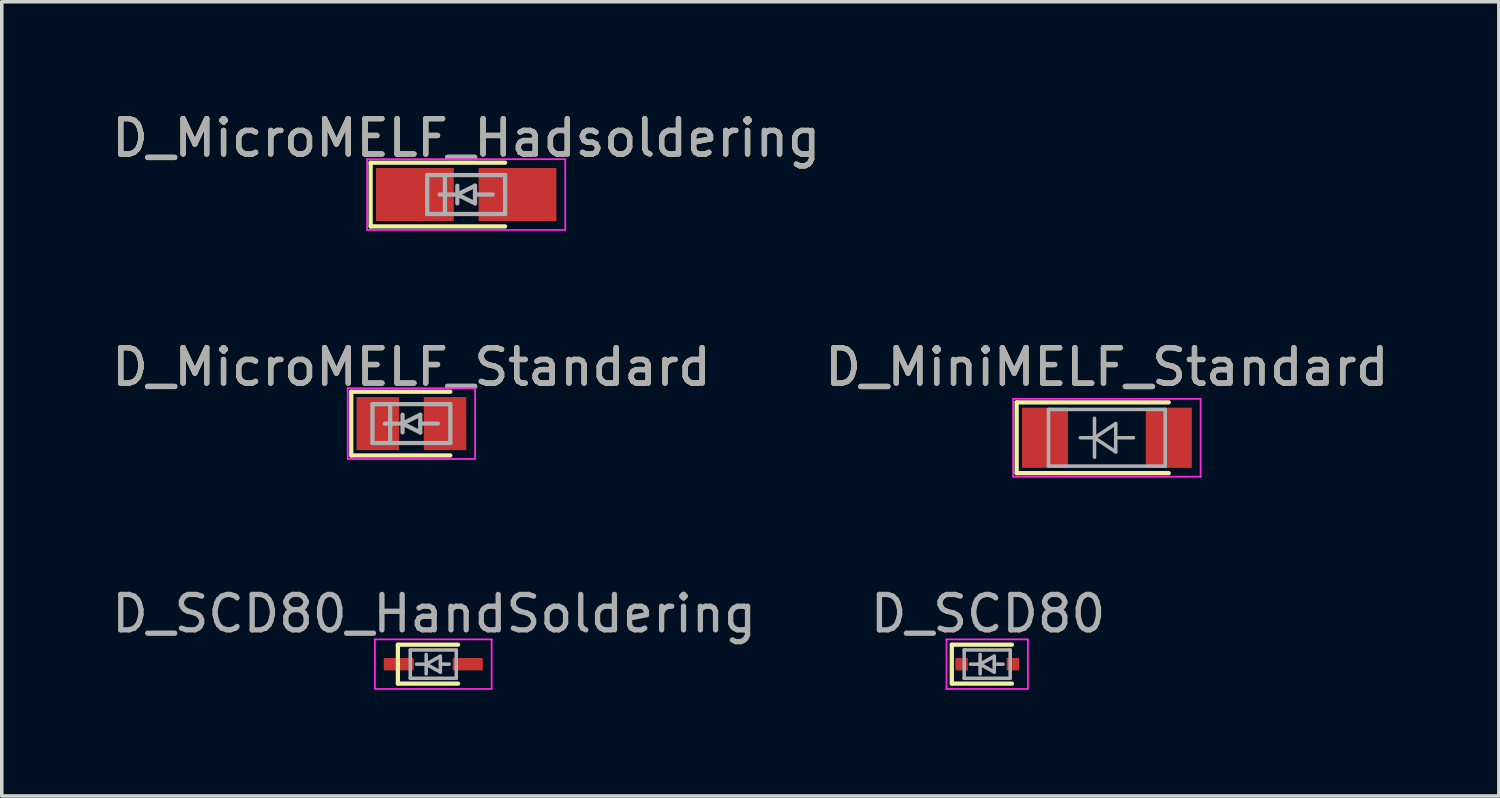
<source format=kicad_pcb>
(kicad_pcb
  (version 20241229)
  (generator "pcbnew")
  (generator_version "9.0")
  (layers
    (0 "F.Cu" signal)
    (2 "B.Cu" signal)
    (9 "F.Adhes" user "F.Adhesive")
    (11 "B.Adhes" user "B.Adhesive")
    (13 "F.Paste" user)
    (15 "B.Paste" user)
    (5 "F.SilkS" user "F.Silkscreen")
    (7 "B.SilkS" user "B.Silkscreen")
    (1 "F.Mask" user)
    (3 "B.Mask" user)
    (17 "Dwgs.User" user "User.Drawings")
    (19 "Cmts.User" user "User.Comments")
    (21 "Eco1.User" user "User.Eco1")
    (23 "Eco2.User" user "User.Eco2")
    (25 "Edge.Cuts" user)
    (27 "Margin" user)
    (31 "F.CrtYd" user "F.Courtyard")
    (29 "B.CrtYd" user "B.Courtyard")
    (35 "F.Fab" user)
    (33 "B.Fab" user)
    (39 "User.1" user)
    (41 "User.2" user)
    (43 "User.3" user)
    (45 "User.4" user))
  (footprint "D_MicroMELF_Standard"
    (layer "F.Cu")
    (at 8.577 8.921)
    (property "Reference" "D_MicroMELF_Standard" (at 0 -1.6 0) (layer "F.SilkS") (effects (font (size 1 1) (thickness 0.15))))
    (attr smd)
    (fp_line (start -1.7 -0.9) (end -1.7 0.9) (stroke (width 0.12) (type solid)) (layer "F.SilkS"))
    (fp_line (start -1.7 0.9) (end 1.1 0.9) (stroke (width 0.12) (type solid)) (layer "F.SilkS"))
    (fp_line (start 1.1 -0.9) (end -1.7 -0.9) (stroke (width 0.12) (type solid)) (layer "F.SilkS"))
    (fp_line (start -1.8 -1) (end -1.8 1) (stroke (width 0.05) (type solid)) (layer "F.CrtYd"))
    (fp_line (start -1.8 -1) (end 1.8 -1) (stroke (width 0.05) (type solid)) (layer "F.CrtYd"))
    (fp_line (start 1.8 1) (end -1.8 1) (stroke (width 0.05) (type solid)) (layer "F.CrtYd"))
    (fp_line (start 1.8 1) (end 1.8 -1) (stroke (width 0.05) (type solid)) (layer "F.CrtYd"))
    (fp_line (start -1.1 -0.55) (end 1.1 -0.55) (stroke (width 0.12) (type solid)) (layer "F.Fab"))
    (fp_line (start -1.1 0.55) (end -1.1 -0.55) (stroke (width 0.12) (type solid)) (layer "F.Fab"))
    (fp_line (start -0.6 -0.55) (end -0.6 0.55) (stroke (width 0.12) (type solid)) (layer "F.Fab"))
    (fp_line (start -0.25 -0.25) (end -0.25 0.25) (stroke (width 0.12) (type solid)) (layer "F.Fab"))
    (fp_line (start -0.25 0) (end -0.75 0) (stroke (width 0.12) (type solid)) (layer "F.Fab"))
    (fp_line (start -0.25 0) (end 0.25 -0.25) (stroke (width 0.12) (type solid)) (layer "F.Fab"))
    (fp_line (start 0.25 -0.25) (end 0.25 0.25) (stroke (width 0.12) (type solid)) (layer "F.Fab"))
    (fp_line (start 0.25 0) (end 0.75 0) (stroke (width 0.12) (type solid)) (layer "F.Fab"))
    (fp_line (start 0.25 0.25) (end -0.25 0) (stroke (width 0.12) (type solid)) (layer "F.Fab"))
    (fp_line (start 1.1 -0.55) (end 1.1 0.55) (stroke (width 0.12) (type solid)) (layer "F.Fab"))
    (fp_line (start 1.1 0.55) (end -1.1 0.55) (stroke (width 0.12) (type solid)) (layer "F.Fab"))
    (fp_text user "${REFERENCE}" (at 0 -1.6 0) (layer "F.Fab") (effects (font (size 1 1) (thickness 0.15))))
    (pad "1" smd rect (at -0.95 0) (size 1.2 1.5) (layers "F.Cu" "F.Mask" "F.Paste"))
    (pad "2" smd rect (at 0.95 0) (size 1.2 1.5) (layers "F.Cu" "F.Mask" "F.Paste")))
  (footprint "D_MiniMELF_Standard"
    (layer "F.Cu")
    (at 28.232 9.322)
    (property "Reference" "D_MiniMELF_Standard" (at 0 -2 0) (layer "F.SilkS") (effects (font (size 1 1) (thickness 0.15))))
    (attr smd)
    (fp_line (start -2.55 -1) (end -2.55 1) (stroke (width 0.12) (type solid)) (layer "F.SilkS"))
    (fp_line (start -2.55 1) (end 1.75 1) (stroke (width 0.12) (type solid)) (layer "F.SilkS"))
    (fp_line (start 1.75 -1) (end -2.55 -1) (stroke (width 0.12) (type solid)) (layer "F.SilkS"))
    (fp_line (start -2.65 -1.1) (end 2.65 -1.1) (stroke (width 0.05) (type solid)) (layer "F.CrtYd"))
    (fp_line (start -2.65 1.1) (end -2.65 -1.1) (stroke (width 0.05) (type solid)) (layer "F.CrtYd"))
    (fp_line (start 2.65 -1.1) (end 2.65 1.1) (stroke (width 0.05) (type solid)) (layer "F.CrtYd"))
    (fp_line (start 2.65 1.1) (end -2.65 1.1) (stroke (width 0.05) (type solid)) (layer "F.CrtYd"))
    (fp_line (start -1.65 -0.8) (end 1.65 -0.8) (stroke (width 0.1) (type solid)) (layer "F.Fab"))
    (fp_line (start -1.65 0.8) (end -1.65 -0.8) (stroke (width 0.1) (type solid)) (layer "F.Fab"))
    (fp_line (start -0.75 0) (end -0.35 0) (stroke (width 0.1) (type solid)) (layer "F.Fab"))
    (fp_line (start -0.35 0) (end -0.35 -0.55) (stroke (width 0.1) (type solid)) (layer "F.Fab"))
    (fp_line (start -0.35 0) (end -0.35 0.55) (stroke (width 0.1) (type solid)) (layer "F.Fab"))
    (fp_line (start -0.35 0) (end 0.25 -0.4) (stroke (width 0.1) (type solid)) (layer "F.Fab"))
    (fp_line (start 0.25 -0.4) (end 0.25 0.4) (stroke (width 0.1) (type solid)) (layer "F.Fab"))
    (fp_line (start 0.25 0) (end 0.75 0) (stroke (width 0.1) (type solid)) (layer "F.Fab"))
    (fp_line (start 0.25 0.4) (end -0.35 0) (stroke (width 0.1) (type solid)) (layer "F.Fab"))
    (fp_line (start 1.65 -0.8) (end 1.65 0.8) (stroke (width 0.1) (type solid)) (layer "F.Fab"))
    (fp_line (start 1.65 0.8) (end -1.65 0.8) (stroke (width 0.1) (type solid)) (layer "F.Fab"))
    (fp_text user "${REFERENCE}" (at 0 -2 0) (layer "F.Fab") (effects (font (size 1 1) (thickness 0.15))))
    (pad "1" smd rect (at -1.75 0) (size 1.3 1.7) (layers "F.Cu" "F.Mask" "F.Paste"))
    (pad "2" smd rect (at 1.75 0) (size 1.3 1.7) (layers "F.Cu" "F.Mask" "F.Paste")))
  (footprint "D_SCD80_HandSoldering"
    (layer "F.Cu")
    (at 9.195 15.72)
    (property "Reference" "D_SCD80_HandSoldering" (at 0.025 -1.425 0) (layer "F.Fab") (effects (font (size 1 1) (thickness 0.15))))
    (attr smd)
    (fp_line (start -1 -0.55) (end -1 0.55) (stroke (width 0.12) (type solid)) (layer "F.SilkS"))
    (fp_line (start -1 0.55) (end 0.7 0.55) (stroke (width 0.12) (type solid)) (layer "F.SilkS"))
    (fp_line (start 0.7 -0.55) (end -1 -0.55) (stroke (width 0.12) (type solid)) (layer "F.SilkS"))
    (fp_line (start -1.65 -0.7) (end 1.65 -0.7) (stroke (width 0.05) (type solid)) (layer "F.CrtYd"))
    (fp_line (start -1.65 0.7) (end -1.65 -0.7) (stroke (width 0.05) (type solid)) (layer "F.CrtYd"))
    (fp_line (start 1.65 -0.7) (end 1.65 0.7) (stroke (width 0.05) (type solid)) (layer "F.CrtYd"))
    (fp_line (start 1.65 0.7) (end -1.65 0.7) (stroke (width 0.05) (type solid)) (layer "F.CrtYd"))
    (fp_line (start -0.65 -0.4) (end 0.65 -0.4) (stroke (width 0.1) (type solid)) (layer "F.Fab"))
    (fp_line (start -0.65 0.4) (end -0.65 -0.4) (stroke (width 0.1) (type solid)) (layer "F.Fab"))
    (fp_line (start -0.2 -0.275) (end -0.2 0.275) (stroke (width 0.1) (type solid)) (layer "F.Fab"))
    (fp_line (start -0.2 0) (end -0.475 0) (stroke (width 0.1) (type solid)) (layer "F.Fab"))
    (fp_line (start -0.2 0) (end 0.2 -0.225) (stroke (width 0.1) (type solid)) (layer "F.Fab"))
    (fp_line (start 0.2 -0.225) (end 0.2 0.225) (stroke (width 0.1) (type solid)) (layer "F.Fab"))
    (fp_line (start 0.2 0) (end 0.45 0) (stroke (width 0.1) (type solid)) (layer "F.Fab"))
    (fp_line (start 0.2 0.225) (end -0.2 0) (stroke (width 0.1) (type solid)) (layer "F.Fab"))
    (fp_line (start 0.65 -0.4) (end 0.65 0.4) (stroke (width 0.1) (type solid)) (layer "F.Fab"))
    (fp_line (start 0.65 0.4) (end -0.65 0.4) (stroke (width 0.1) (type solid)) (layer "F.Fab"))
    (pad "1" smd rect (at -0.975 0) (size 0.85 0.35) (layers "F.Cu" "F.Mask" "F.Paste"))
    (pad "2" smd rect (at 0.975 0) (size 0.85 0.35) (layers "F.Cu" "F.Mask" "F.Paste")))
  (footprint "D_MicroMELF_Hadsoldering"
    (layer "F.Cu")
    (at 10.125 2.448)
    (property "Reference" "D_MicroMELF_Hadsoldering" (at 0 -1.6 0) (layer "F.SilkS") (effects (font (size 1 1) (thickness 0.15))))
    (attr smd)
    (fp_line (start -2.7 -0.9) (end -2.7 0.9) (stroke (width 0.12) (type solid)) (layer "F.SilkS"))
    (fp_line (start -2.7 0.9) (end 1.1 0.9) (stroke (width 0.12) (type solid)) (layer "F.SilkS"))
    (fp_line (start 1.1 -0.9) (end -2.7 -0.9) (stroke (width 0.12) (type solid)) (layer "F.SilkS"))
    (fp_line (start -2.8 -1) (end -2.8 1) (stroke (width 0.05) (type solid)) (layer "F.CrtYd"))
    (fp_line (start -2.8 -1) (end 2.8 -1) (stroke (width 0.05) (type solid)) (layer "F.CrtYd"))
    (fp_line (start 2.8 1) (end -2.8 1) (stroke (width 0.05) (type solid)) (layer "F.CrtYd"))
    (fp_line (start 2.8 1) (end 2.8 -1) (stroke (width 0.05) (type solid)) (layer "F.CrtYd"))
    (fp_line (start -1.1 -0.55) (end 1.1 -0.55) (stroke (width 0.12) (type solid)) (layer "F.Fab"))
    (fp_line (start -1.1 0.55) (end -1.1 -0.55) (stroke (width 0.12) (type solid)) (layer "F.Fab"))
    (fp_line (start -0.6 -0.55) (end -0.6 0.55) (stroke (width 0.12) (type solid)) (layer "F.Fab"))
    (fp_line (start -0.25 -0.25) (end -0.25 0.25) (stroke (width 0.12) (type solid)) (layer "F.Fab"))
    (fp_line (start -0.25 0) (end -0.75 0) (stroke (width 0.12) (type solid)) (layer "F.Fab"))
    (fp_line (start -0.25 0) (end 0.25 -0.25) (stroke (width 0.12) (type solid)) (layer "F.Fab"))
    (fp_line (start 0.25 -0.25) (end 0.25 0.25) (stroke (width 0.12) (type solid)) (layer "F.Fab"))
    (fp_line (start 0.25 0) (end 0.75 0) (stroke (width 0.12) (type solid)) (layer "F.Fab"))
    (fp_line (start 0.25 0.25) (end -0.25 0) (stroke (width 0.12) (type solid)) (layer "F.Fab"))
    (fp_line (start 1.1 -0.55) (end 1.1 0.55) (stroke (width 0.12) (type solid)) (layer "F.Fab"))
    (fp_line (start 1.1 0.55) (end -1.1 0.55) (stroke (width 0.12) (type solid)) (layer "F.Fab"))
    (fp_text user "${REFERENCE}" (at 0 -1.6 0) (layer "F.Fab") (effects (font (size 1 1) (thickness 0.15))))
    (pad "1" smd rect (at -1.45 0) (size 2.2 1.5) (layers "F.Cu" "F.Mask" "F.Paste"))
    (pad "2" smd rect (at 1.45 0) (size 2.2 1.5) (layers "F.Cu" "F.Mask" "F.Paste")))
  (footprint "D_SCD80"
    (layer "F.Cu")
    (at 24.85 15.72)
    (property "Reference" "D_SCD80" (at 0.025 -1.425 0) (layer "F.Fab") (effects (font (size 1 1) (thickness 0.15))))
    (attr smd)
    (fp_line (start -1 -0.55) (end -1 0.55) (stroke (width 0.12) (type solid)) (layer "F.SilkS"))
    (fp_line (start -1 0.55) (end 0.7 0.55) (stroke (width 0.12) (type solid)) (layer "F.SilkS"))
    (fp_line (start 0.7 -0.55) (end -1 -0.55) (stroke (width 0.12) (type solid)) (layer "F.SilkS"))
    (fp_line (start -1.15 -0.7) (end 1.1 -0.7) (stroke (width 0.05) (type solid)) (layer "F.CrtYd"))
    (fp_line (start -1.15 0.65) (end -1.15 -0.7) (stroke (width 0.05) (type solid)) (layer "F.CrtYd"))
    (fp_line (start -1.15 0.65) (end -1.15 0.7) (stroke (width 0.05) (type solid)) (layer "F.CrtYd"))
    (fp_line (start -1.15 0.7) (end -1.1 0.7) (stroke (width 0.05) (type solid)) (layer "F.CrtYd"))
    (fp_line (start 1.1 -0.7) (end 1.15 -0.7) (stroke (width 0.05) (type solid)) (layer "F.CrtYd"))
    (fp_line (start 1.15 -0.7) (end 1.15 -0.65) (stroke (width 0.05) (type solid)) (layer "F.CrtYd"))
    (fp_line (start 1.15 -0.65) (end 1.15 0.7) (stroke (width 0.05) (type solid)) (layer "F.CrtYd"))
    (fp_line (start 1.15 0.7) (end -1.1 0.7) (stroke (width 0.05) (type solid)) (layer "F.CrtYd"))
    (fp_line (start -0.65 -0.4) (end 0.65 -0.4) (stroke (width 0.1) (type solid)) (layer "F.Fab"))
    (fp_line (start -0.65 0.4) (end -0.65 -0.4) (stroke (width 0.1) (type solid)) (layer "F.Fab"))
    (fp_line (start -0.2 -0.275) (end -0.2 0.275) (stroke (width 0.1) (type solid)) (layer "F.Fab"))
    (fp_line (start -0.2 0) (end -0.475 0) (stroke (width 0.1) (type solid)) (layer "F.Fab"))
    (fp_line (start -0.2 0) (end 0.2 -0.225) (stroke (width 0.1) (type solid)) (layer "F.Fab"))
    (fp_line (start 0.2 -0.225) (end 0.2 0.225) (stroke (width 0.1) (type solid)) (layer "F.Fab"))
    (fp_line (start 0.2 0) (end 0.45 0) (stroke (width 0.1) (type solid)) (layer "F.Fab"))
    (fp_line (start 0.2 0.225) (end -0.2 0) (stroke (width 0.1) (type solid)) (layer "F.Fab"))
    (fp_line (start 0.65 -0.4) (end 0.65 0.4) (stroke (width 0.1) (type solid)) (layer "F.Fab"))
    (fp_line (start 0.65 0.4) (end -0.65 0.4) (stroke (width 0.1) (type solid)) (layer "F.Fab"))
    (pad "1" smd rect (at -0.725 0) (size 0.35 0.35) (layers "F.Cu" "F.Mask" "F.Paste"))
    (pad "2" smd rect (at 0.725 0) (size 0.35 0.35) (layers "F.Cu" "F.Mask" "F.Paste")))
  (gr_rect
    (start -3 -3)
    (end 39.31 19.445)
    (stroke (width 0.1) (type default))
    (fill no)
    (layer "Edge.Cuts")))
</source>
